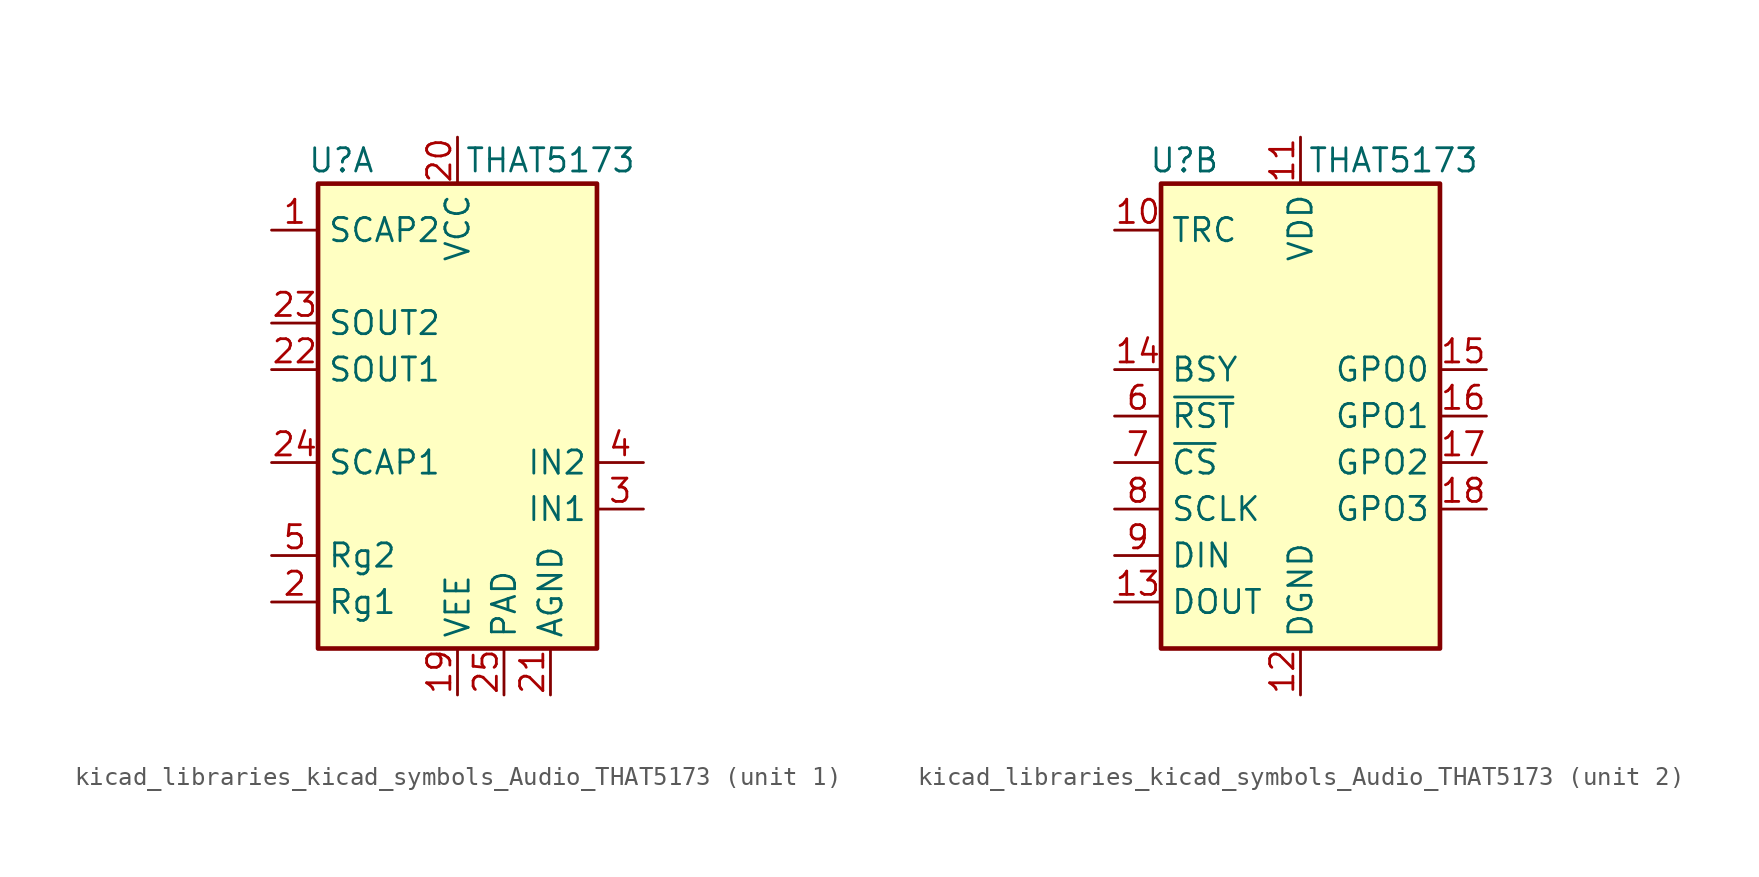
<source format=kicad_sym>
(kicad_symbol_lib
  (version 20220914)
  (generator kicad_symbol_editor)
  (symbol "kicad_libraries_kicad_symbols_Audio_THAT5173"
    (property "Reference" "U"
      (at -6.35 13.97 0)
      (effects (font (size 1.27 1.27))))
    (property "Value" "THAT5173"
      (at 5.08 13.97 0)
      (effects (font (size 1.27 1.27))))
    (property "ki_locked" ""
      (at 0 0 0)
      (effects (font (size 1.27 1.27))))
    (symbol "kicad_libraries_kicad_symbols_Audio_THAT5173_0_1"
      (rectangle (start -7.62 12.7) (end 7.62 -12.7) (stroke (width 0.254) (type default)) (fill (type background))))
    (symbol "kicad_libraries_kicad_symbols_Audio_THAT5173_1_1"
      (pin passive line (at -10.16 10.16 0) (length 2.54) (name "SCAP2" (effects (font (size 1.27 1.27)))) (number "1" (effects (font (size 1.27 1.27)))))
      (pin power_in line (at 0 -15.24 90) (length 2.54) (name "VEE" (effects (font (size 1.27 1.27)))) (number "19" (effects (font (size 1.27 1.27)))))
      (pin passive line (at -10.16 -10.16 0) (length 2.54) (name "Rg1" (effects (font (size 1.27 1.27)))) (number "2" (effects (font (size 1.27 1.27)))))
      (pin power_in line (at 0 15.24 270) (length 2.54) (name "VCC" (effects (font (size 1.27 1.27)))) (number "20" (effects (font (size 1.27 1.27)))))
      (pin power_in line (at 5.08 -15.24 90) (length 2.54) (name "AGND" (effects (font (size 1.27 1.27)))) (number "21" (effects (font (size 1.27 1.27)))))
      (pin output line (at -10.16 2.54 0) (length 2.54) (name "SOUT1" (effects (font (size 1.27 1.27)))) (number "22" (effects (font (size 1.27 1.27)))))
      (pin output line (at -10.16 5.08 0) (length 2.54) (name "SOUT2" (effects (font (size 1.27 1.27)))) (number "23" (effects (font (size 1.27 1.27)))))
      (pin passive line (at -10.16 -2.54 0) (length 2.54) (name "SCAP1" (effects (font (size 1.27 1.27)))) (number "24" (effects (font (size 1.27 1.27)))))
      (pin passive line (at 2.54 -15.24 90) (length 2.54) (name "PAD" (effects (font (size 1.27 1.27)))) (number "25" (effects (font (size 1.27 1.27)))))
      (pin input line (at 10.16 -5.08 180) (length 2.54) (name "IN1" (effects (font (size 1.27 1.27)))) (number "3" (effects (font (size 1.27 1.27)))))
      (pin input line (at 10.16 -2.54 180) (length 2.54) (name "IN2" (effects (font (size 1.27 1.27)))) (number "4" (effects (font (size 1.27 1.27)))))
      (pin passive line (at -10.16 -7.62 0) (length 2.54) (name "Rg2" (effects (font (size 1.27 1.27)))) (number "5" (effects (font (size 1.27 1.27))))))
    (symbol "kicad_libraries_kicad_symbols_Audio_THAT5173_2_1"
      (pin passive line (at -10.16 10.16 0) (length 2.54) (name "TRC" (effects (font (size 1.27 1.27)))) (number "10" (effects (font (size 1.27 1.27)))))
      (pin power_in line (at 0 15.24 270) (length 2.54) (name "VDD" (effects (font (size 1.27 1.27)))) (number "11" (effects (font (size 1.27 1.27)))))
      (pin power_in line (at 0 -15.24 90) (length 2.54) (name "DGND" (effects (font (size 1.27 1.27)))) (number "12" (effects (font (size 1.27 1.27)))))
      (pin tri_state line (at -10.16 -10.16 0) (length 2.54) (name "DOUT" (effects (font (size 1.27 1.27)))) (number "13" (effects (font (size 1.27 1.27)))))
      (pin output line (at -10.16 2.54 0) (length 2.54) (name "BSY" (effects (font (size 1.27 1.27)))) (number "14" (effects (font (size 1.27 1.27)))))
      (pin output line (at 10.16 2.54 180) (length 2.54) (name "GPO0" (effects (font (size 1.27 1.27)))) (number "15" (effects (font (size 1.27 1.27)))))
      (pin output line (at 10.16 0 180) (length 2.54) (name "GPO1" (effects (font (size 1.27 1.27)))) (number "16" (effects (font (size 1.27 1.27)))))
      (pin output line (at 10.16 -2.54 180) (length 2.54) (name "GPO2" (effects (font (size 1.27 1.27)))) (number "17" (effects (font (size 1.27 1.27)))))
      (pin output line (at 10.16 -5.08 180) (length 2.54) (name "GPO3" (effects (font (size 1.27 1.27)))) (number "18" (effects (font (size 1.27 1.27)))))
      (pin input line (at -10.16 0 0) (length 2.54) (name "~{RST}" (effects (font (size 1.27 1.27)))) (number "6" (effects (font (size 1.27 1.27)))))
      (pin input line (at -10.16 -2.54 0) (length 2.54) (name "~{CS}" (effects (font (size 1.27 1.27)))) (number "7" (effects (font (size 1.27 1.27)))))
      (pin input line (at -10.16 -5.08 0) (length 2.54) (name "SCLK" (effects (font (size 1.27 1.27)))) (number "8" (effects (font (size 1.27 1.27)))))
      (pin input line (at -10.16 -7.62 0) (length 2.54) (name "DIN" (effects (font (size 1.27 1.27)))) (number "9" (effects (font (size 1.27 1.27))))))))
</source>
